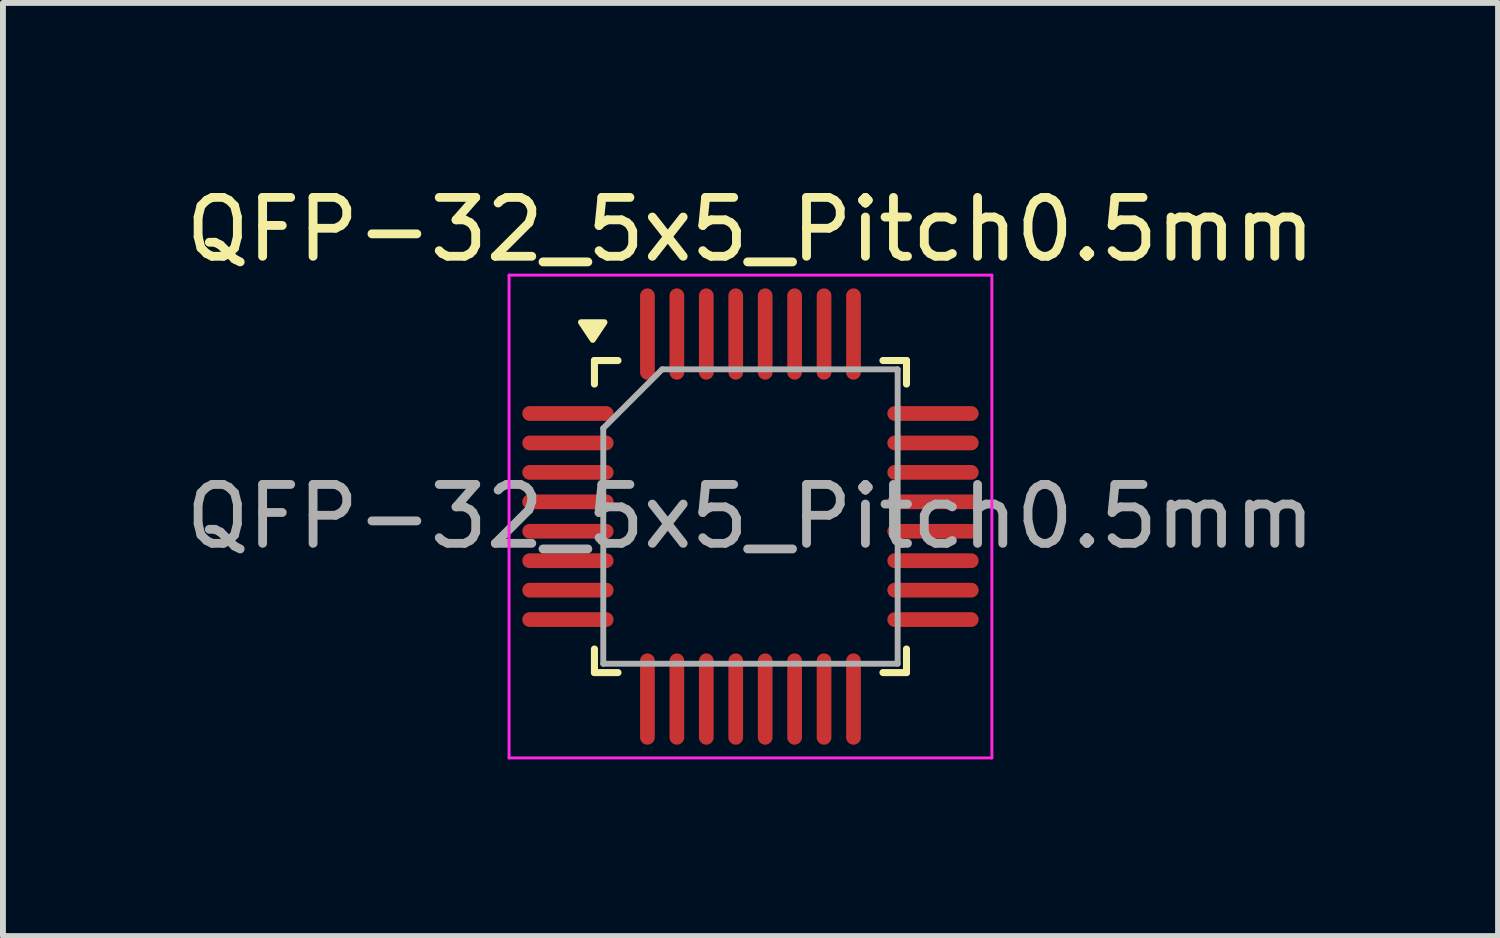
<source format=kicad_pcb>
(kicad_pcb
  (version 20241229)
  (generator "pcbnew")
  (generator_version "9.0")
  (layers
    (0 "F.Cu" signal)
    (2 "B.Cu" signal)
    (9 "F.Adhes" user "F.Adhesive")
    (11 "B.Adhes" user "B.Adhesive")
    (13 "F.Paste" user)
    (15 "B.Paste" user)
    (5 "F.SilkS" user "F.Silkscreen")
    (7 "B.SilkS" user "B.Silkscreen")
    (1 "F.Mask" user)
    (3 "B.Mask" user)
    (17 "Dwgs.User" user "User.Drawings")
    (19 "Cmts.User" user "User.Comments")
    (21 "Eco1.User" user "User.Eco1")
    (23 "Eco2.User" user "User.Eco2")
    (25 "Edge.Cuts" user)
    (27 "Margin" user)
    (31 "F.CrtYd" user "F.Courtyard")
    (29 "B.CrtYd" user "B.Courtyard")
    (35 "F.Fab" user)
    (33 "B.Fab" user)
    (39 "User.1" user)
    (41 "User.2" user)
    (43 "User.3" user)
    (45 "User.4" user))
  (footprint "QFP-32_5x5_Pitch0.5mm"
    (layer "F.Cu")
    (at 9.696 5.723)
    (property "Reference" "QFP-32_5x5_Pitch0.5mm" (at 0 -4.875 0) (layer "F.SilkS") (effects (font (size 1 1) (thickness 0.15))))
    (attr smd)
    (fp_line (start -2.65 -2.65) (end -2.65 -2.25) (stroke (width 0.12) (type default)) (layer "F.SilkS"))
    (fp_line (start -2.65 2.65) (end -2.65 2.25) (stroke (width 0.12) (type default)) (layer "F.SilkS"))
    (fp_line (start -2.25 -2.65) (end -2.65 -2.65) (stroke (width 0.12) (type default)) (layer "F.SilkS"))
    (fp_line (start -2.25 2.65) (end -2.65 2.65) (stroke (width 0.12) (type default)) (layer "F.SilkS"))
    (fp_line (start 2.25 -2.65) (end 2.65 -2.65) (stroke (width 0.12) (type default)) (layer "F.SilkS"))
    (fp_line (start 2.25 2.65) (end 2.65 2.65) (stroke (width 0.12) (type default)) (layer "F.SilkS"))
    (fp_line (start 2.65 -2.65) (end 2.65 -2.25) (stroke (width 0.12) (type default)) (layer "F.SilkS"))
    (fp_line (start 2.65 2.65) (end 2.65 2.25) (stroke (width 0.12) (type default)) (layer "F.SilkS"))
    (fp_poly (pts (xy -2.679 -3) (xy -2.479 -3.3) (xy -2.879 -3.3)) (stroke (width 0.1) (type solid)) (fill yes) (layer "F.SilkS"))
    (fp_line (start -4.1 -4.1) (end 4.1 -4.1) (stroke (width 0.05) (type default)) (layer "F.CrtYd"))
    (fp_line (start -4.1 4.1) (end -4.1 -4.1) (stroke (width 0.05) (type default)) (layer "F.CrtYd"))
    (fp_line (start 4.1 -4.1) (end 4.1 4.1) (stroke (width 0.05) (type default)) (layer "F.CrtYd"))
    (fp_line (start 4.1 4.1) (end -4.1 4.1) (stroke (width 0.05) (type default)) (layer "F.CrtYd"))
    (fp_line (start -2.5 -1.5) (end -2.5 2.5) (stroke (width 0.1) (type default)) (layer "F.Fab"))
    (fp_line (start -2.5 2.5) (end 2.5 2.5) (stroke (width 0.1) (type default)) (layer "F.Fab"))
    (fp_line (start -1.5 -2.5) (end -2.5 -1.5) (stroke (width 0.1) (type default)) (layer "F.Fab"))
    (fp_line (start 2.5 -2.5) (end -1.5 -2.5) (stroke (width 0.1) (type default)) (layer "F.Fab"))
    (fp_line (start 2.5 2.5) (end 2.5 -2.5) (stroke (width 0.1) (type default)) (layer "F.Fab"))
    (fp_text user "${REFERENCE}" (at 0 0 0) (layer "F.Fab") (effects (font (size 1 1) (thickness 0.15))))
    (pad "1" smd oval (at -3.1 -1.75 90) (size 0.25 1.55) (layers "F.Cu" "F.Mask" "F.Paste"))
    (pad "2" smd oval (at -3.1 -1.25 90) (size 0.25 1.55) (layers "F.Cu" "F.Mask" "F.Paste"))
    (pad "3" smd oval (at -3.1 -0.75 90) (size 0.25 1.55) (layers "F.Cu" "F.Mask" "F.Paste"))
    (pad "4" smd oval (at -3.1 -0.25 90) (size 0.25 1.55) (layers "F.Cu" "F.Mask" "F.Paste"))
    (pad "5" smd oval (at -3.1 0.25 90) (size 0.25 1.55) (layers "F.Cu" "F.Mask" "F.Paste"))
    (pad "6" smd oval (at -3.1 0.75 90) (size 0.25 1.55) (layers "F.Cu" "F.Mask" "F.Paste"))
    (pad "7" smd oval (at -3.1 1.25 90) (size 0.25 1.55) (layers "F.Cu" "F.Mask" "F.Paste"))
    (pad "8" smd oval (at -3.1 1.75 90) (size 0.25 1.55) (layers "F.Cu" "F.Mask" "F.Paste"))
    (pad "9" smd oval (at -1.75 3.1) (size 0.25 1.55) (layers "F.Cu" "F.Mask" "F.Paste"))
    (pad "10" smd oval (at -1.25 3.1) (size 0.25 1.55) (layers "F.Cu" "F.Mask" "F.Paste"))
    (pad "11" smd oval (at -0.75 3.1) (size 0.25 1.55) (layers "F.Cu" "F.Mask" "F.Paste"))
    (pad "12" smd oval (at -0.25 3.1) (size 0.25 1.55) (layers "F.Cu" "F.Mask" "F.Paste"))
    (pad "13" smd oval (at 0.25 3.1) (size 0.25 1.55) (layers "F.Cu" "F.Mask" "F.Paste"))
    (pad "14" smd oval (at 0.75 3.1) (size 0.25 1.55) (layers "F.Cu" "F.Mask" "F.Paste"))
    (pad "15" smd oval (at 1.25 3.1) (size 0.25 1.55) (layers "F.Cu" "F.Mask" "F.Paste"))
    (pad "16" smd oval (at 1.75 3.1) (size 0.25 1.55) (layers "F.Cu" "F.Mask" "F.Paste"))
    (pad "17" smd oval (at 3.1 1.75 90) (size 0.25 1.55) (layers "F.Cu" "F.Mask" "F.Paste"))
    (pad "18" smd oval (at 3.1 1.25 90) (size 0.25 1.55) (layers "F.Cu" "F.Mask" "F.Paste"))
    (pad "19" smd oval (at 3.1 0.75 90) (size 0.25 1.55) (layers "F.Cu" "F.Mask" "F.Paste"))
    (pad "20" smd oval (at 3.1 0.25 90) (size 0.25 1.55) (layers "F.Cu" "F.Mask" "F.Paste"))
    (pad "21" smd oval (at 3.1 -0.25 90) (size 0.25 1.55) (layers "F.Cu" "F.Mask" "F.Paste"))
    (pad "22" smd oval (at 3.1 -0.75 90) (size 0.25 1.55) (layers "F.Cu" "F.Mask" "F.Paste"))
    (pad "23" smd oval (at 3.1 -1.25 90) (size 0.25 1.55) (layers "F.Cu" "F.Mask" "F.Paste"))
    (pad "24" smd oval (at 3.1 -1.75 90) (size 0.25 1.55) (layers "F.Cu" "F.Mask" "F.Paste"))
    (pad "25" smd oval (at 1.75 -3.1) (size 0.25 1.55) (layers "F.Cu" "F.Mask" "F.Paste"))
    (pad "26" smd oval (at 1.25 -3.1) (size 0.25 1.55) (layers "F.Cu" "F.Mask" "F.Paste"))
    (pad "27" smd oval (at 0.75 -3.1) (size 0.25 1.55) (layers "F.Cu" "F.Mask" "F.Paste"))
    (pad "28" smd oval (at 0.25 -3.1) (size 0.25 1.55) (layers "F.Cu" "F.Mask" "F.Paste"))
    (pad "29" smd oval (at -0.25 -3.1) (size 0.25 1.55) (layers "F.Cu" "F.Mask" "F.Paste"))
    (pad "30" smd oval (at -0.75 -3.1) (size 0.25 1.55) (layers "F.Cu" "F.Mask" "F.Paste"))
    (pad "31" smd oval (at -1.25 -3.1) (size 0.25 1.55) (layers "F.Cu" "F.Mask" "F.Paste"))
    (pad "32" smd oval (at -1.75 -3.1) (size 0.25 1.55) (layers "F.Cu" "F.Mask" "F.Paste")))
  (gr_rect
    (start -3 -3)
    (end 22.393 12.848)
    (stroke (width 0.1) (type default))
    (fill no)
    (layer "Edge.Cuts")))
</source>
